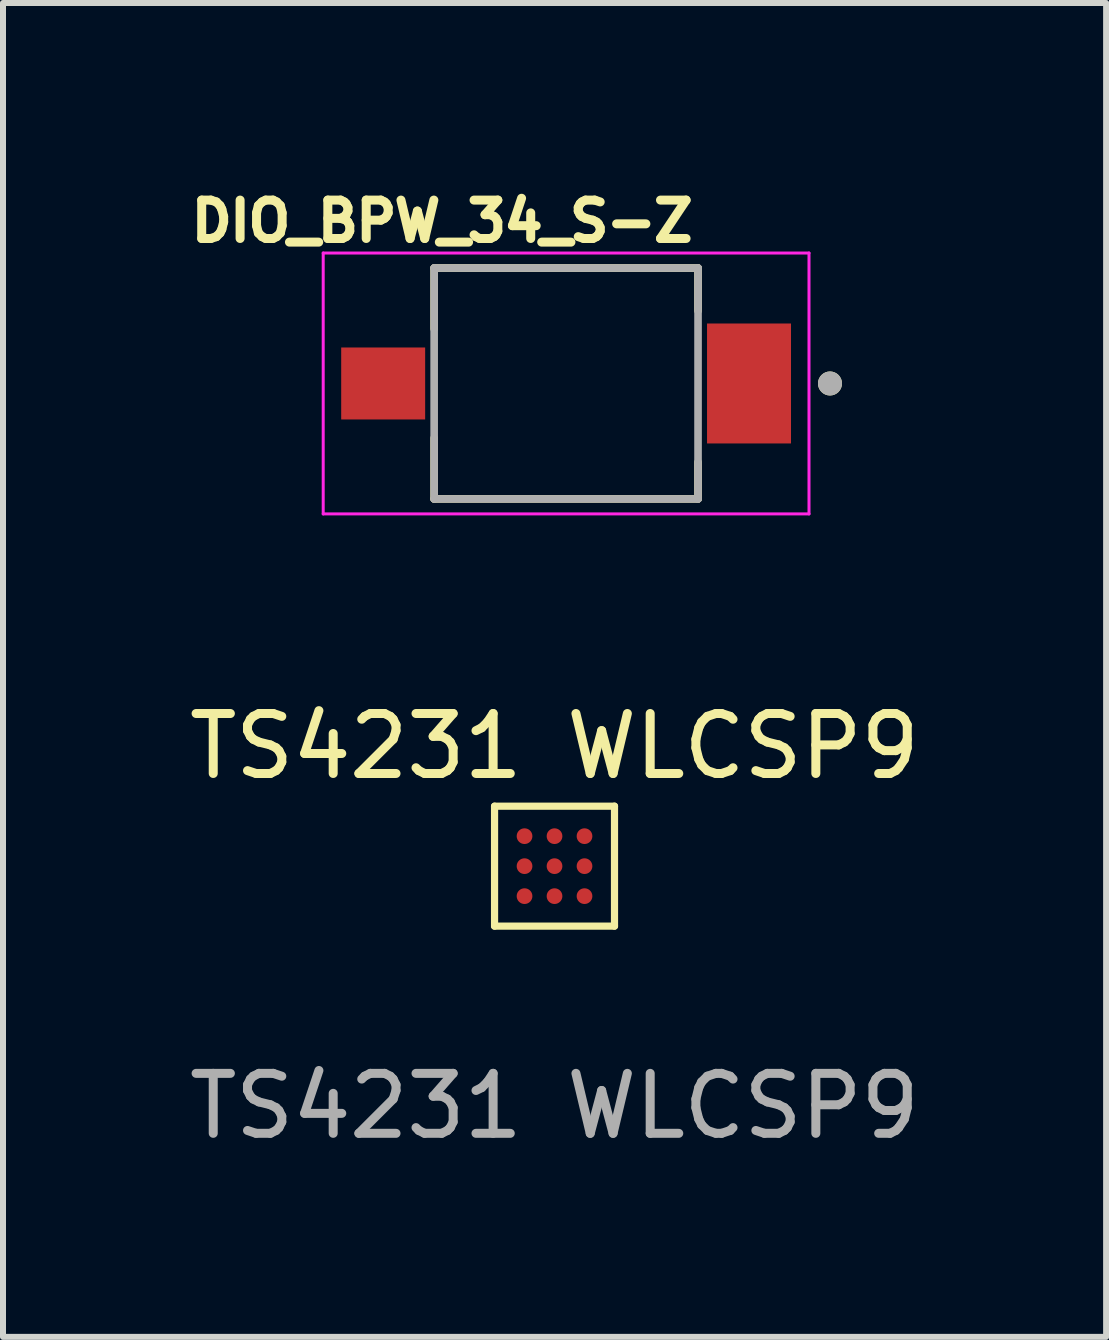
<source format=kicad_pcb>
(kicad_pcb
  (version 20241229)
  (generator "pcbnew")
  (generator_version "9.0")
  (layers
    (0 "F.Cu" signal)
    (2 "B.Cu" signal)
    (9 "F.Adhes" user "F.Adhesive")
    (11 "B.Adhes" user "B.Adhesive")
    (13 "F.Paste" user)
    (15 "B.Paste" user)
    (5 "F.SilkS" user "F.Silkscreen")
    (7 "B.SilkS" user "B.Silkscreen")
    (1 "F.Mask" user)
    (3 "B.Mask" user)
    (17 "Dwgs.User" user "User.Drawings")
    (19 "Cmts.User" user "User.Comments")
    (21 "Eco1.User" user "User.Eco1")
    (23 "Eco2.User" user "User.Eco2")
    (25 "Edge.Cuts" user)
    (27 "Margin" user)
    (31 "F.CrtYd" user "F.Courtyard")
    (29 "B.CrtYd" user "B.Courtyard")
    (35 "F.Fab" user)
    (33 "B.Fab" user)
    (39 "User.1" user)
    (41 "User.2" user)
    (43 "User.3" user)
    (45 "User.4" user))
  (footprint "DIO_BPW_34_S-Z"
    (layer "F.Cu")
    (at 6.389 3.344)
    (property "Reference" "DIO_BPW_34_S-Z" (at -2.068 -2.706 0) (layer "F.SilkS") (effects (font (size 0.64 0.64) (thickness 0.15))))
    (attr through_hole)
    (fp_poly (pts (xy -3.8 -0.65) (xy -2.3 -0.65) (xy -2.3 0.65) (xy -3.8 0.65)) (stroke (width 0.01) (type solid)) (fill yes) (layer "F.Mask"))
    (fp_poly (pts (xy 2.3 -1.05) (xy 3.8 -1.05) (xy 3.8 1.05) (xy 2.3 1.05)) (stroke (width 0.01) (type solid)) (fill yes) (layer "F.Mask"))
    (fp_line (start -2.2 -1.925) (end 2.2 -1.925) (stroke (width 0.127) (type solid)) (layer "F.SilkS"))
    (fp_line (start -2.2 -0.91) (end -2.2 -1.925) (stroke (width 0.127) (type solid)) (layer "F.SilkS"))
    (fp_line (start -2.2 0.91) (end -2.2 1.925) (stroke (width 0.127) (type solid)) (layer "F.SilkS"))
    (fp_line (start -2.2 1.925) (end 2.2 1.925) (stroke (width 0.127) (type solid)) (layer "F.SilkS"))
    (fp_line (start 2.2 -1.925) (end 2.2 -1.21) (stroke (width 0.127) (type solid)) (layer "F.SilkS"))
    (fp_line (start 2.2 1.925) (end 2.2 1.31) (stroke (width 0.127) (type solid)) (layer "F.SilkS"))
    (fp_circle (center 4.4 0) (end 4.5 0) (stroke (width 0.2) (type solid)) (fill no) (layer "F.SilkS"))
    (fp_poly (pts (xy -3.7 -0.55) (xy -2.4 -0.55) (xy -2.4 0.55) (xy -3.7 0.55)) (stroke (width 0.01) (type solid)) (fill yes) (layer "F.Paste"))
    (fp_poly (pts (xy 2.4 -0.95) (xy 3.7 -0.95) (xy 3.7 0.95) (xy 2.4 0.95)) (stroke (width 0.01) (type solid)) (fill yes) (layer "F.Paste"))
    (fp_line (start -4.05 -2.175) (end 4.05 -2.175) (stroke (width 0.05) (type solid)) (layer "F.CrtYd"))
    (fp_line (start -4.05 2.175) (end -4.05 -2.175) (stroke (width 0.05) (type solid)) (layer "F.CrtYd"))
    (fp_line (start 4.05 -2.175) (end 4.05 2.175) (stroke (width 0.05) (type solid)) (layer "F.CrtYd"))
    (fp_line (start 4.05 2.175) (end -4.05 2.175) (stroke (width 0.05) (type solid)) (layer "F.CrtYd"))
    (fp_line (start -2.2 -1.925) (end 2.2 -1.925) (stroke (width 0.127) (type solid)) (layer "F.Fab"))
    (fp_line (start -2.2 1.925) (end -2.2 -1.925) (stroke (width 0.127) (type solid)) (layer "F.Fab"))
    (fp_line (start 2.2 -1.925) (end 2.2 1.925) (stroke (width 0.127) (type solid)) (layer "F.Fab"))
    (fp_line (start 2.2 1.925) (end -2.2 1.925) (stroke (width 0.127) (type solid)) (layer "F.Fab"))
    (fp_circle (center 4.4 0) (end 4.5 0) (stroke (width 0.2) (type solid)) (fill no) (layer "F.Fab"))
    (pad "A" smd rect (at -3.05 0 90) (size 1.2 1.4) (layers "F.Cu"))
    (pad "C" smd rect (at 3.05 0 90) (size 2 1.4) (layers "F.Cu")))
  (footprint "TS4231 WLCSP9"
    (layer "F.Cu")
    (at 6.196 11.392)
    (property "Reference" "TS4231 WLCSP9" (at 0 -2 0) (unlocked yes) (layer "F.SilkS") (effects (font (size 1 1) (thickness 0.15))))
    (attr smd)
    (fp_line (start -1 -1) (end 1 -1) (stroke (width 0.12) (type solid)) (layer "F.SilkS"))
    (fp_line (start -1 1) (end -1 -1) (stroke (width 0.12) (type solid)) (layer "F.SilkS"))
    (fp_line (start 1 -1) (end 1 1) (stroke (width 0.12) (type solid)) (layer "F.SilkS"))
    (fp_line (start 1 1) (end -1 1) (stroke (width 0.12) (type solid)) (layer "F.SilkS"))
    (fp_text user "${REFERENCE}" (at 0 4 0) (unlocked yes) (layer "F.Fab") (effects (font (size 1 1) (thickness 0.15))))
    (pad "A1" smd circle (at -0.5 -0.5) (size 0.262 0.262) (layers "F.Cu" "F.Mask" "F.Paste"))
    (pad "A2" smd circle (at 0 -0.5) (size 0.262 0.262) (layers "F.Cu" "F.Mask" "F.Paste"))
    (pad "A3" smd circle (at 0.5 -0.5) (size 0.262 0.262) (layers "F.Cu" "F.Mask" "F.Paste"))
    (pad "B1" smd circle (at -0.5 0) (size 0.262 0.262) (layers "F.Cu" "F.Mask" "F.Paste"))
    (pad "B2" smd circle (at 0 0) (size 0.262 0.262) (layers "F.Cu" "F.Mask" "F.Paste"))
    (pad "B3" smd circle (at 0.5 0) (size 0.262 0.262) (layers "F.Cu" "F.Mask" "F.Paste"))
    (pad "C1" smd circle (at -0.5 0.5) (size 0.262 0.262) (layers "F.Cu" "F.Mask" "F.Paste"))
    (pad "C2" smd circle (at 0 0.5) (size 0.262 0.262) (layers "F.Cu" "F.Mask" "F.Paste"))
    (pad "C3" smd circle (at 0.5 0.5) (size 0.262 0.262) (layers "F.Cu" "F.Mask" "F.Paste")))
  (gr_rect
    (start -3 -3)
    (end 15.393 19.241)
    (stroke (width 0.1) (type default))
    (fill no)
    (layer "Edge.Cuts")))
</source>
